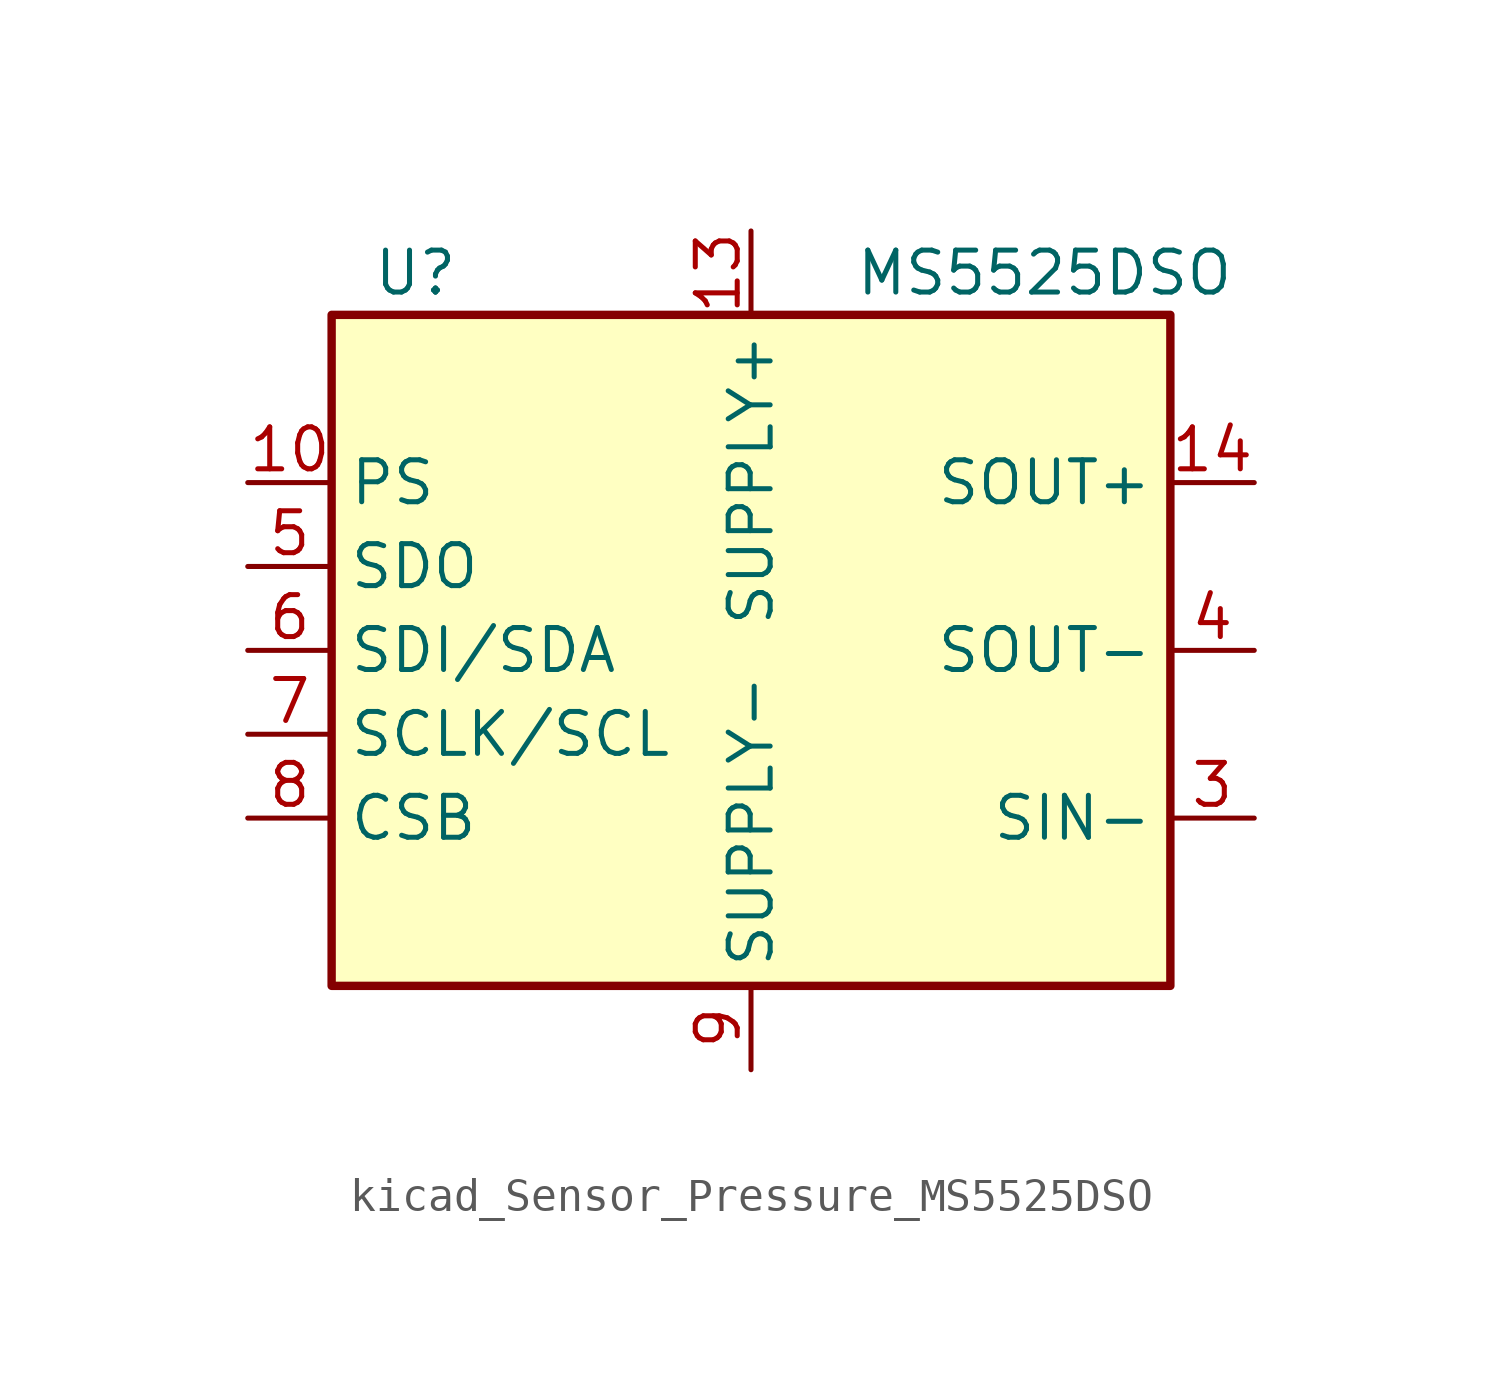
<source format=kicad_sym>
(kicad_symbol_lib
  (version 20220914)
  (generator kicad_symbol_editor)
  (symbol "kicad_Sensor_Pressure_MS5525DSO"
    (property "Reference" "U"
      (at -10.16 11.43 0)
      (effects (font (size 1.27 1.27))))
    (property "Value" "MS5525DSO"
      (at 8.89 11.43 0)
      (effects (font (size 1.27 1.27))))
    (symbol "kicad_Sensor_Pressure_MS5525DSO_0_1"
      (rectangle (start -12.7 10.16) (end 12.7 -10.16) (stroke (width 0.254) (type default)) (fill (type background))))
    (symbol "kicad_Sensor_Pressure_MS5525DSO_1_1"
      (pin passive line (at 15.24 -5.08 180) (length 2.54) hide (name "SIN-" (effects (font (size 1.27 1.27)))) (number "1" (effects (font (size 1.27 1.27)))))
      (pin input line (at -15.24 5.08 0) (length 2.54) (name "PS" (effects (font (size 1.27 1.27)))) (number "10" (effects (font (size 1.27 1.27)))))
      (pin passive line (at 0 12.7 270) (length 2.54) hide (name "SUPPLY+" (effects (font (size 1.27 1.27)))) (number "11" (effects (font (size 1.27 1.27)))))
      (pin passive line (at 15.24 5.08 180) (length 2.54) hide (name "SOUT+" (effects (font (size 1.27 1.27)))) (number "12" (effects (font (size 1.27 1.27)))))
      (pin power_in line (at 0 12.7 270) (length 2.54) (name "SUPPLY+" (effects (font (size 1.27 1.27)))) (number "13" (effects (font (size 1.27 1.27)))))
      (pin passive line (at 15.24 5.08 180) (length 2.54) (name "SOUT+" (effects (font (size 1.27 1.27)))) (number "14" (effects (font (size 1.27 1.27)))))
      (pin passive line (at 15.24 0 180) (length 2.54) hide (name "SOUT-" (effects (font (size 1.27 1.27)))) (number "2" (effects (font (size 1.27 1.27)))))
      (pin passive line (at 15.24 -5.08 180) (length 2.54) (name "SIN-" (effects (font (size 1.27 1.27)))) (number "3" (effects (font (size 1.27 1.27)))))
      (pin passive line (at 15.24 0 180) (length 2.54) (name "SOUT-" (effects (font (size 1.27 1.27)))) (number "4" (effects (font (size 1.27 1.27)))))
      (pin output line (at -15.24 2.54 0) (length 2.54) (name "SDO" (effects (font (size 1.27 1.27)))) (number "5" (effects (font (size 1.27 1.27)))))
      (pin input line (at -15.24 0 0) (length 2.54) (name "SDI/SDA" (effects (font (size 1.27 1.27)))) (number "6" (effects (font (size 1.27 1.27)))))
      (pin input line (at -15.24 -2.54 0) (length 2.54) (name "SCLK/SCL" (effects (font (size 1.27 1.27)))) (number "7" (effects (font (size 1.27 1.27)))))
      (pin input line (at -15.24 -5.08 0) (length 2.54) (name "CSB" (effects (font (size 1.27 1.27)))) (number "8" (effects (font (size 1.27 1.27)))))
      (pin power_in line (at 0 -12.7 90) (length 2.54) (name "SUPPLY-" (effects (font (size 1.27 1.27)))) (number "9" (effects (font (size 1.27 1.27))))))))
</source>
